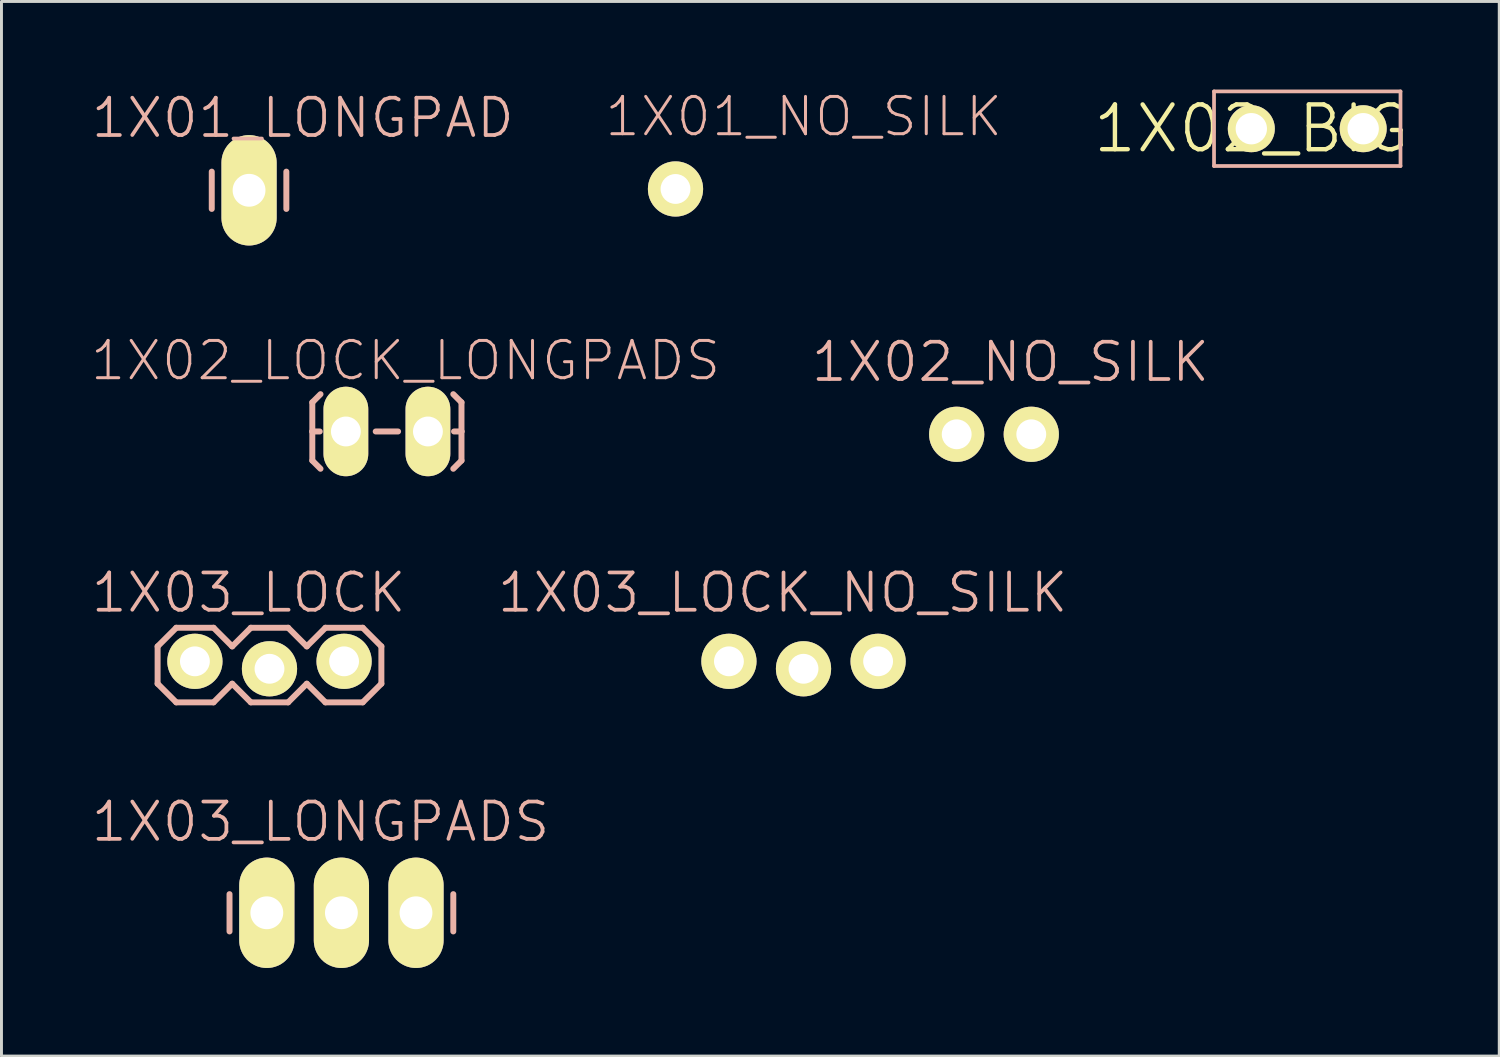
<source format=kicad_pcb>
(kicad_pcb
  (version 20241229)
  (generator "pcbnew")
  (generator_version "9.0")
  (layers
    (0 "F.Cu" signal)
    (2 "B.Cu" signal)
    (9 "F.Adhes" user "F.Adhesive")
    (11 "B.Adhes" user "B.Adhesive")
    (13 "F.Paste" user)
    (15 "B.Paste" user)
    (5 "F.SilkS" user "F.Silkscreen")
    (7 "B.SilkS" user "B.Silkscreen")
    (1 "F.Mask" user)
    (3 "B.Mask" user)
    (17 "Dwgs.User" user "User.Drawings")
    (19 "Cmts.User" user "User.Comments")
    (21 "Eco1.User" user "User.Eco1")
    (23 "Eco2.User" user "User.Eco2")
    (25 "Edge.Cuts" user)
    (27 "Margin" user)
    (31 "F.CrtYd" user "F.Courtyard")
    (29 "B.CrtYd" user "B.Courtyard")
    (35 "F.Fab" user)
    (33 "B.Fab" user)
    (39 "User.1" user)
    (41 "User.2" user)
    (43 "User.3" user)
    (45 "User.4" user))
  (footprint "1X03_LOCK_NO_SILK"
    (layer "F.Cu")
    (at 21.772 19.597)
    (property "Reference" "1X03_LOCK_NO_SILK" (at 1.829 -2.464 0) (layer "B.SilkS") (effects (font (size 1.27 1.27) (thickness 0.127))))
    (attr exclude_from_pos_files exclude_from_bom)
    (fp_line (start -0.254 -0.254) (end 0.254 -0.254) (stroke (width 0.066) (type solid)) (layer "F.SilkS"))
    (fp_line (start -0.254 0.254) (end -0.254 -0.254) (stroke (width 0.066) (type solid)) (layer "F.SilkS"))
    (fp_line (start -0.254 0.254) (end 0.254 0.254) (stroke (width 0.066) (type solid)) (layer "F.SilkS"))
    (fp_line (start 0.254 0.254) (end 0.254 -0.254) (stroke (width 0.066) (type solid)) (layer "F.SilkS"))
    (fp_line (start 2.286 -0.254) (end 2.794 -0.254) (stroke (width 0.066) (type solid)) (layer "F.SilkS"))
    (fp_line (start 2.286 0.254) (end 2.286 -0.254) (stroke (width 0.066) (type solid)) (layer "F.SilkS"))
    (fp_line (start 2.286 0.254) (end 2.794 0.254) (stroke (width 0.066) (type solid)) (layer "F.SilkS"))
    (fp_line (start 2.794 0.254) (end 2.794 -0.254) (stroke (width 0.066) (type solid)) (layer "F.SilkS"))
    (fp_line (start 4.826 -0.254) (end 5.334 -0.254) (stroke (width 0.066) (type solid)) (layer "F.SilkS"))
    (fp_line (start 4.826 0.254) (end 4.826 -0.254) (stroke (width 0.066) (type solid)) (layer "F.SilkS"))
    (fp_line (start 4.826 0.254) (end 5.334 0.254) (stroke (width 0.066) (type solid)) (layer "F.SilkS"))
    (fp_line (start 5.334 0.254) (end 5.334 -0.254) (stroke (width 0.066) (type solid)) (layer "F.SilkS"))
    (pad "1" thru_hole circle (at 0 -0.127) (size 1.88 1.88) (drill 1.016) (layers "*.Cu" "F.Mask" "F.SilkS" "F.Paste"))
    (pad "2" thru_hole circle (at 2.54 0.127) (size 1.88 1.88) (drill 1.016) (layers "*.Cu" "F.Mask" "F.SilkS" "F.Paste"))
    (pad "3" thru_hole circle (at 5.08 -0.127) (size 1.88 1.88) (drill 1.016) (layers "*.Cu" "F.Mask" "F.SilkS" "F.Paste")))
  (footprint "1X03_LOCK"
    (layer "F.Cu")
    (at 3.587 19.597)
    (property "Reference" "1X03_LOCK" (at 1.829 -2.464 0) (layer "B.SilkS") (effects (font (size 1.27 1.27) (thickness 0.127))))
    (attr exclude_from_pos_files exclude_from_bom)
    (fp_line (start -0.254 -0.254) (end 0.254 -0.254) (stroke (width 0.066) (type solid)) (layer "F.SilkS"))
    (fp_line (start -0.254 0.254) (end -0.254 -0.254) (stroke (width 0.066) (type solid)) (layer "F.SilkS"))
    (fp_line (start -0.254 0.254) (end 0.254 0.254) (stroke (width 0.066) (type solid)) (layer "F.SilkS"))
    (fp_line (start 0.254 0.254) (end 0.254 -0.254) (stroke (width 0.066) (type solid)) (layer "F.SilkS"))
    (fp_line (start 2.286 -0.254) (end 2.794 -0.254) (stroke (width 0.066) (type solid)) (layer "F.SilkS"))
    (fp_line (start 2.286 0.254) (end 2.286 -0.254) (stroke (width 0.066) (type solid)) (layer "F.SilkS"))
    (fp_line (start 2.286 0.254) (end 2.794 0.254) (stroke (width 0.066) (type solid)) (layer "F.SilkS"))
    (fp_line (start 2.794 0.254) (end 2.794 -0.254) (stroke (width 0.066) (type solid)) (layer "F.SilkS"))
    (fp_line (start 4.826 -0.254) (end 5.334 -0.254) (stroke (width 0.066) (type solid)) (layer "F.SilkS"))
    (fp_line (start 4.826 0.254) (end 4.826 -0.254) (stroke (width 0.066) (type solid)) (layer "F.SilkS"))
    (fp_line (start 4.826 0.254) (end 5.334 0.254) (stroke (width 0.066) (type solid)) (layer "F.SilkS"))
    (fp_line (start 5.334 0.254) (end 5.334 -0.254) (stroke (width 0.066) (type solid)) (layer "F.SilkS"))
    (fp_line (start -1.27 -0.635) (end -1.27 0.635) (stroke (width 0.203) (type solid)) (layer "B.SilkS"))
    (fp_line (start -1.27 0.635) (end -0.635 1.27) (stroke (width 0.203) (type solid)) (layer "B.SilkS"))
    (fp_line (start -0.635 -1.27) (end -1.27 -0.635) (stroke (width 0.203) (type solid)) (layer "B.SilkS"))
    (fp_line (start -0.635 -1.27) (end 0.635 -1.27) (stroke (width 0.203) (type solid)) (layer "B.SilkS"))
    (fp_line (start 0.635 -1.27) (end 1.27 -0.635) (stroke (width 0.203) (type solid)) (layer "B.SilkS"))
    (fp_line (start 0.635 1.27) (end -0.635 1.27) (stroke (width 0.203) (type solid)) (layer "B.SilkS"))
    (fp_line (start 1.27 -0.635) (end 1.905 -1.27) (stroke (width 0.203) (type solid)) (layer "B.SilkS"))
    (fp_line (start 1.27 0.635) (end 0.635 1.27) (stroke (width 0.203) (type solid)) (layer "B.SilkS"))
    (fp_line (start 1.905 -1.27) (end 3.175 -1.27) (stroke (width 0.203) (type solid)) (layer "B.SilkS"))
    (fp_line (start 1.905 1.27) (end 1.27 0.635) (stroke (width 0.203) (type solid)) (layer "B.SilkS"))
    (fp_line (start 3.175 -1.27) (end 3.81 -0.635) (stroke (width 0.203) (type solid)) (layer "B.SilkS"))
    (fp_line (start 3.175 1.27) (end 1.905 1.27) (stroke (width 0.203) (type solid)) (layer "B.SilkS"))
    (fp_line (start 3.81 -0.635) (end 4.445 -1.27) (stroke (width 0.203) (type solid)) (layer "B.SilkS"))
    (fp_line (start 3.81 0.635) (end 3.175 1.27) (stroke (width 0.203) (type solid)) (layer "B.SilkS"))
    (fp_line (start 4.445 -1.27) (end 5.715 -1.27) (stroke (width 0.203) (type solid)) (layer "B.SilkS"))
    (fp_line (start 4.445 1.27) (end 3.81 0.635) (stroke (width 0.203) (type solid)) (layer "B.SilkS"))
    (fp_line (start 5.715 -1.27) (end 6.35 -0.635) (stroke (width 0.203) (type solid)) (layer "B.SilkS"))
    (fp_line (start 5.715 1.27) (end 4.445 1.27) (stroke (width 0.203) (type solid)) (layer "B.SilkS"))
    (fp_line (start 6.35 -0.635) (end 6.35 0.635) (stroke (width 0.203) (type solid)) (layer "B.SilkS"))
    (fp_line (start 6.35 0.635) (end 5.715 1.27) (stroke (width 0.203) (type solid)) (layer "B.SilkS"))
    (pad "1" thru_hole circle (at 0 -0.127) (size 1.88 1.88) (drill 1.016) (layers "*.Cu" "F.Mask" "F.SilkS" "F.Paste"))
    (pad "2" thru_hole circle (at 2.54 0.127) (size 1.88 1.88) (drill 1.016) (layers "*.Cu" "F.Mask" "F.SilkS" "F.Paste"))
    (pad "3" thru_hole circle (at 5.08 -0.127) (size 1.88 1.88) (drill 1.016) (layers "*.Cu" "F.Mask" "F.SilkS" "F.Paste")))
  (footprint "1X02_NO_SILK"
    (layer "F.Cu")
    (at 29.528 11.739)
    (property "Reference" "1X02_NO_SILK" (at 1.829 -2.464 0) (layer "B.SilkS") (effects (font (size 1.27 1.27) (thickness 0.127))))
    (attr exclude_from_pos_files exclude_from_bom)
    (fp_line (start -0.254 -0.254) (end 0.254 -0.254) (stroke (width 0.066) (type solid)) (layer "F.SilkS"))
    (fp_line (start -0.254 0.254) (end -0.254 -0.254) (stroke (width 0.066) (type solid)) (layer "F.SilkS"))
    (fp_line (start -0.254 0.254) (end 0.254 0.254) (stroke (width 0.066) (type solid)) (layer "F.SilkS"))
    (fp_line (start 0.254 0.254) (end 0.254 -0.254) (stroke (width 0.066) (type solid)) (layer "F.SilkS"))
    (fp_line (start 2.286 -0.254) (end 2.794 -0.254) (stroke (width 0.066) (type solid)) (layer "F.SilkS"))
    (fp_line (start 2.286 0.254) (end 2.286 -0.254) (stroke (width 0.066) (type solid)) (layer "F.SilkS"))
    (fp_line (start 2.286 0.254) (end 2.794 0.254) (stroke (width 0.066) (type solid)) (layer "F.SilkS"))
    (fp_line (start 2.794 0.254) (end 2.794 -0.254) (stroke (width 0.066) (type solid)) (layer "F.SilkS"))
    (pad "1" thru_hole circle (at 0 0) (size 1.88 1.88) (drill 1.016) (layers "*.Cu" "F.Mask" "F.SilkS" "F.Paste"))
    (pad "2" thru_hole circle (at 2.54 0) (size 1.88 1.88) (drill 1.016) (layers "*.Cu" "F.Mask" "F.SilkS" "F.Paste")))
  (footprint "1X02_LOCK_LONGPADS"
    (layer "F.Cu")
    (at 8.855 11.643)
    (property "Reference" "1X02_LOCK_LONGPADS" (at 1.905 -2.413 0) (layer "B.SilkS") (effects (font (size 1.27 1.27) (thickness 0.102))))
    (attr exclude_from_pos_files exclude_from_bom)
    (fp_line (start -0.292 -0.292) (end 0.292 -0.292) (stroke (width 0.066) (type solid)) (layer "F.SilkS"))
    (fp_line (start -0.292 0.292) (end -0.292 -0.292) (stroke (width 0.066) (type solid)) (layer "F.SilkS"))
    (fp_line (start -0.292 0.292) (end 0.292 0.292) (stroke (width 0.066) (type solid)) (layer "F.SilkS"))
    (fp_line (start 0.292 0.292) (end 0.292 -0.292) (stroke (width 0.066) (type solid)) (layer "F.SilkS"))
    (fp_line (start 2.248 -0.292) (end 2.832 -0.292) (stroke (width 0.066) (type solid)) (layer "F.SilkS"))
    (fp_line (start 2.248 0.292) (end 2.248 -0.292) (stroke (width 0.066) (type solid)) (layer "F.SilkS"))
    (fp_line (start 2.248 0.292) (end 2.832 0.292) (stroke (width 0.066) (type solid)) (layer "F.SilkS"))
    (fp_line (start 2.832 0.292) (end 2.832 -0.292) (stroke (width 0.066) (type solid)) (layer "F.SilkS"))
    (fp_line (start -1.27 -0.991) (end -0.991 -1.27) (stroke (width 0.203) (type solid)) (layer "B.SilkS"))
    (fp_line (start -1.27 0) (end -1.27 -0.991) (stroke (width 0.203) (type solid)) (layer "B.SilkS"))
    (fp_line (start -1.27 0) (end -1.27 0.991) (stroke (width 0.203) (type solid)) (layer "B.SilkS"))
    (fp_line (start -1.27 0) (end -1.016 0) (stroke (width 0.203) (type solid)) (layer "B.SilkS"))
    (fp_line (start -1.27 0.991) (end -0.991 1.27) (stroke (width 0.203) (type solid)) (layer "B.SilkS"))
    (fp_line (start 1.651 0) (end 0.889 0) (stroke (width 0.203) (type solid)) (layer "B.SilkS"))
    (fp_line (start 3.81 -0.991) (end 3.531 -1.27) (stroke (width 0.203) (type solid)) (layer "B.SilkS"))
    (fp_line (start 3.81 0) (end 3.556 0) (stroke (width 0.203) (type solid)) (layer "B.SilkS"))
    (fp_line (start 3.81 0) (end 3.81 -0.991) (stroke (width 0.203) (type solid)) (layer "B.SilkS"))
    (fp_line (start 3.81 0) (end 3.81 0.991) (stroke (width 0.203) (type solid)) (layer "B.SilkS"))
    (fp_line (start 3.81 0.991) (end 3.531 1.27) (stroke (width 0.203) (type solid)) (layer "B.SilkS"))
    (pad "1" thru_hole oval (at -0.127 0 180) (size 1.524 3.048) (drill 1.016) (layers "*.Cu" "F.Mask" "F.SilkS" "F.Paste"))
    (pad "2" thru_hole oval (at 2.667 0 180) (size 1.524 3.048) (drill 1.016) (layers "*.Cu" "F.Mask" "F.SilkS" "F.Paste")))
  (footprint "1X01_LONGPAD"
    (layer "F.Cu")
    (at 5.431 3.43)
    (property "Reference" "1X01_LONGPAD" (at 1.829 -2.464 0) (layer "B.SilkS") (effects (font (size 1.27 1.27) (thickness 0.127))))
    (attr exclude_from_pos_files exclude_from_bom)
    (fp_line (start -0.254 -0.254) (end 0.254 -0.254) (stroke (width 0.066) (type solid)) (layer "F.SilkS"))
    (fp_line (start -0.254 0.254) (end -0.254 -0.254) (stroke (width 0.066) (type solid)) (layer "F.SilkS"))
    (fp_line (start -0.254 0.254) (end 0.254 0.254) (stroke (width 0.066) (type solid)) (layer "F.SilkS"))
    (fp_line (start 0.254 0.254) (end 0.254 -0.254) (stroke (width 0.066) (type solid)) (layer "F.SilkS"))
    (fp_line (start -1.27 -0.635) (end -1.27 0.635) (stroke (width 0.203) (type solid)) (layer "B.SilkS"))
    (fp_line (start 1.27 -0.635) (end 1.27 0.635) (stroke (width 0.203) (type solid)) (layer "B.SilkS"))
    (pad "1" thru_hole oval (at 0 0 180) (size 1.88 3.759) (drill 1.118) (layers "*.Cu" "F.Mask" "F.SilkS" "F.Paste")))
  (footprint "1X02_BIG"
    (layer "F.Cu")
    (at 39.561 1.333)
    (property "Reference" "1X02_BIG" (at 0 0 0) (layer "F.SilkS") (effects (font (size 1.524 1.524) (thickness 0.15))))
    (attr exclude_from_pos_files exclude_from_bom)
    (fp_line (start -1.27 -1.27) (end -1.27 1.27) (stroke (width 0.127) (type solid)) (layer "B.SilkS"))
    (fp_line (start -1.27 1.27) (end 5.08 1.27) (stroke (width 0.127) (type solid)) (layer "B.SilkS"))
    (fp_line (start 5.08 -1.27) (end -1.27 -1.27) (stroke (width 0.127) (type solid)) (layer "B.SilkS"))
    (fp_line (start 5.08 1.27) (end 5.08 -1.27) (stroke (width 0.127) (type solid)) (layer "B.SilkS"))
    (pad "P$1" thru_hole circle (at 0 0) (size 1.6 1.6) (drill 1.067) (layers "*.Cu" "F.Mask" "F.SilkS" "F.Paste"))
    (pad "P$2" thru_hole circle (at 3.81 0) (size 1.6 1.6) (drill 1.067) (layers "*.Cu" "F.Mask" "F.SilkS" "F.Paste")))
  (footprint "1X01_NO_SILK"
    (layer "F.Cu")
    (at 19.953 3.385)
    (property "Reference" "1X01_NO_SILK" (at 4.366 -2.464 0) (layer "B.SilkS") (effects (font (size 1.27 1.27) (thickness 0.102))))
    (attr exclude_from_pos_files exclude_from_bom)
    (fp_line (start -0.254 -0.254) (end 0.254 -0.254) (stroke (width 0.066) (type solid)) (layer "F.SilkS"))
    (fp_line (start -0.254 0.254) (end -0.254 -0.254) (stroke (width 0.066) (type solid)) (layer "F.SilkS"))
    (fp_line (start -0.254 0.254) (end 0.254 0.254) (stroke (width 0.066) (type solid)) (layer "F.SilkS"))
    (fp_line (start 0.254 0.254) (end 0.254 -0.254) (stroke (width 0.066) (type solid)) (layer "F.SilkS"))
    (pad "1" thru_hole circle (at 0 0) (size 1.88 1.88) (drill 1.016) (layers "*.Cu" "F.Mask" "F.SilkS" "F.Paste")))
  (footprint "1X03_LONGPADS"
    (layer "F.Cu")
    (at 6.036 28.033)
    (property "Reference" "1X03_LONGPADS" (at 1.829 -3.099 0) (layer "B.SilkS") (effects (font (size 1.27 1.27) (thickness 0.127))))
    (attr exclude_from_pos_files exclude_from_bom)
    (fp_line (start -0.254 -0.254) (end 0.254 -0.254) (stroke (width 0.066) (type solid)) (layer "F.SilkS"))
    (fp_line (start -0.254 0.254) (end -0.254 -0.254) (stroke (width 0.066) (type solid)) (layer "F.SilkS"))
    (fp_line (start -0.254 0.254) (end 0.254 0.254) (stroke (width 0.066) (type solid)) (layer "F.SilkS"))
    (fp_line (start 0.254 0.254) (end 0.254 -0.254) (stroke (width 0.066) (type solid)) (layer "F.SilkS"))
    (fp_line (start 2.286 -0.254) (end 2.794 -0.254) (stroke (width 0.066) (type solid)) (layer "F.SilkS"))
    (fp_line (start 2.286 0.254) (end 2.286 -0.254) (stroke (width 0.066) (type solid)) (layer "F.SilkS"))
    (fp_line (start 2.286 0.254) (end 2.794 0.254) (stroke (width 0.066) (type solid)) (layer "F.SilkS"))
    (fp_line (start 2.794 0.254) (end 2.794 -0.254) (stroke (width 0.066) (type solid)) (layer "F.SilkS"))
    (fp_line (start 4.826 -0.254) (end 5.334 -0.254) (stroke (width 0.066) (type solid)) (layer "F.SilkS"))
    (fp_line (start 4.826 0.254) (end 4.826 -0.254) (stroke (width 0.066) (type solid)) (layer "F.SilkS"))
    (fp_line (start 4.826 0.254) (end 5.334 0.254) (stroke (width 0.066) (type solid)) (layer "F.SilkS"))
    (fp_line (start 5.334 0.254) (end 5.334 -0.254) (stroke (width 0.066) (type solid)) (layer "F.SilkS"))
    (fp_line (start -1.27 -0.635) (end -1.27 0.635) (stroke (width 0.203) (type solid)) (layer "B.SilkS"))
    (fp_line (start 6.35 -0.635) (end 6.35 0.635) (stroke (width 0.203) (type solid)) (layer "B.SilkS"))
    (pad "1" thru_hole oval (at 0 0 180) (size 1.88 3.759) (drill 1.118) (layers "*.Cu" "F.Mask" "F.SilkS" "F.Paste"))
    (pad "2" thru_hole oval (at 2.54 0 180) (size 1.88 3.759) (drill 1.118) (layers "*.Cu" "F.Mask" "F.SilkS" "F.Paste"))
    (pad "3" thru_hole oval (at 5.08 0 180) (size 1.88 3.759) (drill 1.118) (layers "*.Cu" "F.Mask" "F.SilkS" "F.Paste")))
  (gr_rect
    (start -3 -3)
    (end 48.004 32.913)
    (stroke (width 0.1) (type default))
    (fill no)
    (layer "Edge.Cuts")))
</source>
